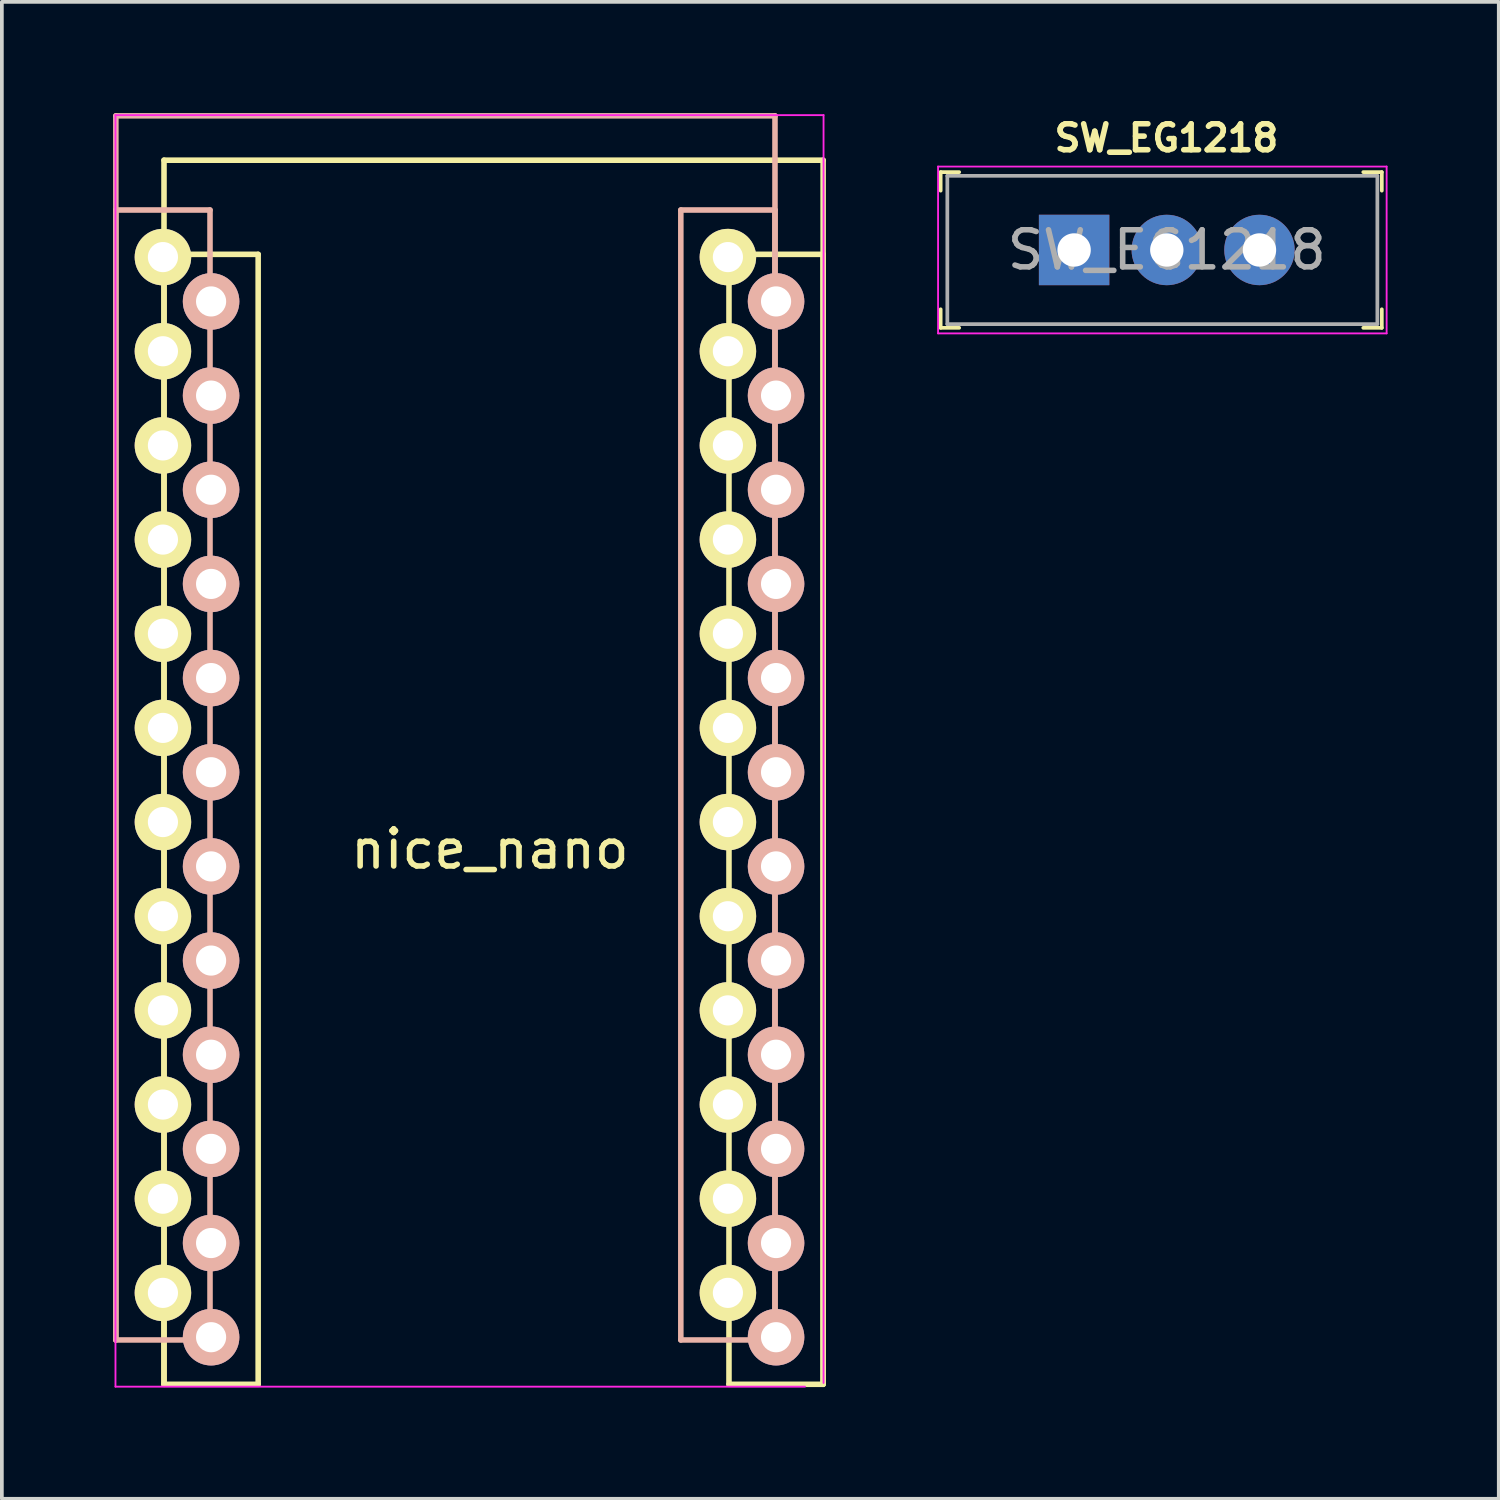
<source format=kicad_pcb>
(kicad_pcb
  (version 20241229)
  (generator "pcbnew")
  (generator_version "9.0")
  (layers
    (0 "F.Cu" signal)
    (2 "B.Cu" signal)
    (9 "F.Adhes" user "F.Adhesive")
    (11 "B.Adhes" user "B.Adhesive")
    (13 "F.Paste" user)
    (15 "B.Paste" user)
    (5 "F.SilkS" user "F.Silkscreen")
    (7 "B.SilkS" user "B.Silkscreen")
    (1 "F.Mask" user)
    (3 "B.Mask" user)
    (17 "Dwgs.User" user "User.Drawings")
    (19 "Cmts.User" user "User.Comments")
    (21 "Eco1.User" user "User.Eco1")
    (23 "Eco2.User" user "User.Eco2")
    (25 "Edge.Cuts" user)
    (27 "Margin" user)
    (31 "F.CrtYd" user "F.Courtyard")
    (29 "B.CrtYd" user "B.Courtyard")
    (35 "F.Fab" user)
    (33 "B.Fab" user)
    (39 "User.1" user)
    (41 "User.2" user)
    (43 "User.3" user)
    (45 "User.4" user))
  (footprint "SW_EG1218"
    (layer "F.Cu")
    (at 25.924 3.693)
    (property "Reference" "SW_EG1218" (at 2.49 -3.02 0) (layer "F.SilkS") (effects (font (size 0.7 0.7) (thickness 0.15))))
    (attr through_hole)
    (fp_line (start -3.6 -2.1) (end -3.6 -1.6) (stroke (width 0.1) (type solid)) (layer "F.SilkS"))
    (fp_line (start -3.6 -2.1) (end -3.1 -2.1) (stroke (width 0.1) (type solid)) (layer "F.SilkS"))
    (fp_line (start -3.6 2.1) (end -3.6 1.6) (stroke (width 0.1) (type solid)) (layer "F.SilkS"))
    (fp_line (start -3.6 2.1) (end -3.1 2.1) (stroke (width 0.1) (type solid)) (layer "F.SilkS"))
    (fp_line (start 8.3 -2.1) (end 7.8 -2.1) (stroke (width 0.1) (type solid)) (layer "F.SilkS"))
    (fp_line (start 8.3 -2.1) (end 8.3 -1.6) (stroke (width 0.1) (type solid)) (layer "F.SilkS"))
    (fp_line (start 8.3 2.1) (end 7.8 2.1) (stroke (width 0.1) (type solid)) (layer "F.SilkS"))
    (fp_line (start 8.3 2.1) (end 8.3 1.6) (stroke (width 0.1) (type solid)) (layer "F.SilkS"))
    (fp_line (start -3.67 -2.25) (end 8.43 -2.25) (stroke (width 0.05) (type solid)) (layer "F.CrtYd"))
    (fp_line (start -3.67 2.25) (end -3.67 -2.25) (stroke (width 0.05) (type solid)) (layer "F.CrtYd"))
    (fp_line (start -3.67 2.25) (end 8.43 2.25) (stroke (width 0.05) (type solid)) (layer "F.CrtYd"))
    (fp_line (start 8.43 2.25) (end 8.43 -2.25) (stroke (width 0.05) (type solid)) (layer "F.CrtYd"))
    (fp_line (start -3.42 -2) (end 8.18 -2) (stroke (width 0.1) (type solid)) (layer "F.Fab"))
    (fp_line (start -3.42 2) (end -3.42 -2) (stroke (width 0.1) (type solid)) (layer "F.Fab"))
    (fp_line (start -3.42 2) (end 8.18 2) (stroke (width 0.1) (type solid)) (layer "F.Fab"))
    (fp_line (start 8.18 2) (end 8.18 -2) (stroke (width 0.1) (type solid)) (layer "F.Fab"))
    (fp_text user "${REFERENCE}" (at 2.5 0 0) (layer "F.Fab") (effects (font (size 1 1) (thickness 0.15))))
    (pad "1" thru_hole rect (at 0 0) (size 1.9 1.9) (drill 0.9) (layers "*.Cu" "*.Mask"))
    (pad "2" thru_hole circle (at 2.5 0) (size 1.9 1.9) (drill 0.9) (layers "*.Cu" "*.Mask"))
    (pad "3" thru_hole circle (at 5 0) (size 1.9 1.9) (drill 0.9) (layers "*.Cu" "*.Mask")))
  (footprint "nice_nano"
    (layer "F.Cu")
    (at 10.165 18.655)
    (property "Reference" "nice_nano" (at 0 1.2 0) (layer "F.SilkS") (effects (font (size 1 1) (thickness 0.15))))
    (attr through_hole)
    (fp_line (start -8.791 -17.384) (end -8.791 15.636) (stroke (width 0.15) (type solid)) (layer "F.SilkS"))
    (fp_line (start -8.791 -14.844) (end -8.791 15.636) (stroke (width 0.15) (type solid)) (layer "F.SilkS"))
    (fp_line (start -8.791 15.636) (end -6.251 15.636) (stroke (width 0.15) (type solid)) (layer "F.SilkS"))
    (fp_line (start -6.251 -14.844) (end -8.791 -14.844) (stroke (width 0.15) (type solid)) (layer "F.SilkS"))
    (fp_line (start -6.251 15.636) (end -6.251 -14.844) (stroke (width 0.15) (type solid)) (layer "F.SilkS"))
    (fp_line (start 6.449 -14.844) (end 6.449 15.636) (stroke (width 0.15) (type solid)) (layer "F.SilkS"))
    (fp_line (start 6.449 15.636) (end 8.989 15.636) (stroke (width 0.15) (type solid)) (layer "F.SilkS"))
    (fp_line (start 8.989 -17.384) (end -8.791 -17.384) (stroke (width 0.15) (type solid)) (layer "F.SilkS"))
    (fp_line (start 8.989 -14.844) (end 6.449 -14.844) (stroke (width 0.15) (type solid)) (layer "F.SilkS"))
    (fp_line (start 8.989 15.636) (end 8.989 -17.384) (stroke (width 0.15) (type solid)) (layer "F.SilkS"))
    (fp_line (start 8.989 15.636) (end 8.989 -14.844) (stroke (width 0.15) (type solid)) (layer "F.SilkS"))
    (fp_line (start -10.09 -18.58) (end 7.69 -18.58) (stroke (width 0.15) (type solid)) (layer "B.SilkS"))
    (fp_line (start -10.09 -16.04) (end -7.55 -16.04) (stroke (width 0.15) (type solid)) (layer "B.SilkS"))
    (fp_line (start -10.09 14.44) (end -10.09 -18.58) (stroke (width 0.15) (type solid)) (layer "B.SilkS"))
    (fp_line (start -10.09 14.44) (end -10.09 -16.04) (stroke (width 0.15) (type solid)) (layer "B.SilkS"))
    (fp_line (start -7.55 -16.04) (end -7.55 14.44) (stroke (width 0.15) (type solid)) (layer "B.SilkS"))
    (fp_line (start -7.55 14.44) (end -10.09 14.44) (stroke (width 0.15) (type solid)) (layer "B.SilkS"))
    (fp_line (start 5.15 -16.04) (end 7.69 -16.04) (stroke (width 0.15) (type solid)) (layer "B.SilkS"))
    (fp_line (start 5.15 14.44) (end 5.15 -16.04) (stroke (width 0.15) (type solid)) (layer "B.SilkS"))
    (fp_line (start 7.69 -18.58) (end 7.69 14.44) (stroke (width 0.15) (type solid)) (layer "B.SilkS"))
    (fp_line (start 7.69 -16.04) (end 7.69 14.44) (stroke (width 0.15) (type solid)) (layer "B.SilkS"))
    (fp_line (start 7.69 14.44) (end 5.15 14.44) (stroke (width 0.15) (type solid)) (layer "B.SilkS"))
    (fp_line (start -10.1 -18.6) (end 9 -18.6) (stroke (width 0.05) (type solid)) (layer "F.CrtYd"))
    (fp_line (start -10.1 15.7) (end -10.1 -18.6) (stroke (width 0.05) (type solid)) (layer "F.CrtYd"))
    (fp_line (start 8.5 15.7) (end -10.1 15.7) (stroke (width 0.05) (type solid)) (layer "F.CrtYd"))
    (fp_line (start 9 -18.6) (end 9 15.6) (stroke (width 0.05) (type solid)) (layer "F.CrtYd"))
    (pad "1" thru_hole circle (at -8.82 -14.77) (size 1.524 1.524) (drill 0.813) (layers "*.Cu" "*.Mask" "F.SilkS"))
    (pad "1" thru_hole circle (at 7.719 -13.574 180) (size 1.524 1.524) (drill 0.813) (layers "*.Cu" "*.Mask" "B.SilkS"))
    (pad "2" thru_hole circle (at -8.82 -12.23) (size 1.524 1.524) (drill 0.813) (layers "*.Cu" "*.Mask" "F.SilkS"))
    (pad "2" thru_hole circle (at 7.719 -11.034 180) (size 1.524 1.524) (drill 0.813) (layers "*.Cu" "*.Mask" "B.SilkS"))
    (pad "3" thru_hole circle (at -8.82 -9.69) (size 1.524 1.524) (drill 0.813) (layers "*.Cu" "*.Mask" "F.SilkS"))
    (pad "3" thru_hole circle (at 7.719 -8.494 180) (size 1.524 1.524) (drill 0.813) (layers "*.Cu" "*.Mask" "B.SilkS"))
    (pad "4" thru_hole circle (at -8.82 -7.15) (size 1.524 1.524) (drill 0.813) (layers "*.Cu" "*.Mask" "F.SilkS"))
    (pad "4" thru_hole circle (at 7.719 -5.954 180) (size 1.524 1.524) (drill 0.813) (layers "*.Cu" "*.Mask" "B.SilkS"))
    (pad "5" thru_hole circle (at -8.82 -4.61) (size 1.524 1.524) (drill 0.813) (layers "*.Cu" "*.Mask" "F.SilkS"))
    (pad "5" thru_hole circle (at 7.719 -3.414 180) (size 1.524 1.524) (drill 0.813) (layers "*.Cu" "*.Mask" "B.SilkS"))
    (pad "6" thru_hole circle (at -8.82 -2.07) (size 1.524 1.524) (drill 0.813) (layers "*.Cu" "*.Mask" "F.SilkS"))
    (pad "6" thru_hole circle (at 7.719 -0.874 180) (size 1.524 1.524) (drill 0.813) (layers "*.Cu" "*.Mask" "B.SilkS"))
    (pad "7" thru_hole circle (at -8.82 0.47) (size 1.524 1.524) (drill 0.813) (layers "*.Cu" "*.Mask" "F.SilkS"))
    (pad "7" thru_hole circle (at 7.719 1.666 180) (size 1.524 1.524) (drill 0.813) (layers "*.Cu" "*.Mask" "B.SilkS"))
    (pad "8" thru_hole circle (at -8.82 3.01) (size 1.524 1.524) (drill 0.813) (layers "*.Cu" "*.Mask" "F.SilkS"))
    (pad "8" thru_hole circle (at 7.719 4.206 180) (size 1.524 1.524) (drill 0.813) (layers "*.Cu" "*.Mask" "B.SilkS"))
    (pad "9" thru_hole circle (at -8.82 5.55) (size 1.524 1.524) (drill 0.813) (layers "*.Cu" "*.Mask" "F.SilkS"))
    (pad "9" thru_hole circle (at 7.719 6.746 180) (size 1.524 1.524) (drill 0.813) (layers "*.Cu" "*.Mask" "B.SilkS"))
    (pad "10" thru_hole circle (at -8.82 8.09) (size 1.524 1.524) (drill 0.813) (layers "*.Cu" "*.Mask" "F.SilkS"))
    (pad "10" thru_hole circle (at 7.719 9.286 180) (size 1.524 1.524) (drill 0.813) (layers "*.Cu" "*.Mask" "B.SilkS"))
    (pad "11" thru_hole circle (at -8.82 10.63) (size 1.524 1.524) (drill 0.813) (layers "*.Cu" "*.Mask" "F.SilkS"))
    (pad "11" thru_hole circle (at 7.719 11.826 180) (size 1.524 1.524) (drill 0.813) (layers "*.Cu" "*.Mask" "B.SilkS"))
    (pad "12" thru_hole circle (at -8.82 13.17) (size 1.524 1.524) (drill 0.813) (layers "*.Cu" "*.Mask" "F.SilkS"))
    (pad "12" thru_hole circle (at 7.719 14.366 180) (size 1.524 1.524) (drill 0.813) (layers "*.Cu" "*.Mask" "B.SilkS"))
    (pad "13" thru_hole circle (at -7.521 14.366 180) (size 1.524 1.524) (drill 0.813) (layers "*.Cu" "*.Mask" "B.SilkS"))
    (pad "13" thru_hole circle (at 6.42 13.17) (size 1.524 1.524) (drill 0.813) (layers "*.Cu" "*.Mask" "F.SilkS"))
    (pad "14" thru_hole circle (at -7.521 11.826 180) (size 1.524 1.524) (drill 0.813) (layers "*.Cu" "*.Mask" "B.SilkS"))
    (pad "14" thru_hole circle (at 6.42 10.63) (size 1.524 1.524) (drill 0.813) (layers "*.Cu" "*.Mask" "F.SilkS"))
    (pad "15" thru_hole circle (at -7.521 9.286 180) (size 1.524 1.524) (drill 0.813) (layers "*.Cu" "*.Mask" "B.SilkS"))
    (pad "15" thru_hole circle (at 6.42 8.09) (size 1.524 1.524) (drill 0.813) (layers "*.Cu" "*.Mask" "F.SilkS"))
    (pad "16" thru_hole circle (at -7.521 6.746 180) (size 1.524 1.524) (drill 0.813) (layers "*.Cu" "*.Mask" "B.SilkS"))
    (pad "16" thru_hole circle (at 6.42 5.55) (size 1.524 1.524) (drill 0.813) (layers "*.Cu" "*.Mask" "F.SilkS"))
    (pad "17" thru_hole circle (at -7.521 4.206 180) (size 1.524 1.524) (drill 0.813) (layers "*.Cu" "*.Mask" "B.SilkS"))
    (pad "17" thru_hole circle (at 6.42 3.01) (size 1.524 1.524) (drill 0.813) (layers "*.Cu" "*.Mask" "F.SilkS"))
    (pad "18" thru_hole circle (at -7.521 1.666 180) (size 1.524 1.524) (drill 0.813) (layers "*.Cu" "*.Mask" "B.SilkS"))
    (pad "18" thru_hole circle (at 6.42 0.47) (size 1.524 1.524) (drill 0.813) (layers "*.Cu" "*.Mask" "F.SilkS"))
    (pad "19" thru_hole circle (at -7.521 -0.874 180) (size 1.524 1.524) (drill 0.813) (layers "*.Cu" "*.Mask" "B.SilkS"))
    (pad "19" thru_hole circle (at 6.42 -2.07) (size 1.524 1.524) (drill 0.813) (layers "*.Cu" "*.Mask" "F.SilkS"))
    (pad "20" thru_hole circle (at -7.521 -3.414 180) (size 1.524 1.524) (drill 0.813) (layers "*.Cu" "*.Mask" "B.SilkS"))
    (pad "20" thru_hole circle (at 6.42 -4.61) (size 1.524 1.524) (drill 0.813) (layers "*.Cu" "*.Mask" "F.SilkS"))
    (pad "21" thru_hole circle (at -7.521 -5.954 180) (size 1.524 1.524) (drill 0.813) (layers "*.Cu" "*.Mask" "B.SilkS"))
    (pad "21" thru_hole circle (at 6.42 -7.15) (size 1.524 1.524) (drill 0.813) (layers "*.Cu" "*.Mask" "F.SilkS"))
    (pad "22" thru_hole circle (at -7.521 -8.494 180) (size 1.524 1.524) (drill 0.813) (layers "*.Cu" "*.Mask" "B.SilkS"))
    (pad "22" thru_hole circle (at 6.42 -9.69) (size 1.524 1.524) (drill 0.813) (layers "*.Cu" "*.Mask" "F.SilkS"))
    (pad "23" thru_hole circle (at -7.521 -11.034 180) (size 1.524 1.524) (drill 0.813) (layers "*.Cu" "*.Mask" "B.SilkS"))
    (pad "23" thru_hole circle (at 6.42 -12.23) (size 1.524 1.524) (drill 0.813) (layers "*.Cu" "*.Mask" "F.SilkS"))
    (pad "24" thru_hole circle (at -7.521 -13.574 180) (size 1.524 1.524) (drill 0.813) (layers "*.Cu" "*.Mask" "B.SilkS"))
    (pad "24" thru_hole circle (at 6.42 -14.77) (size 1.524 1.524) (drill 0.813) (layers "*.Cu" "*.Mask" "F.SilkS")))
  (gr_rect
    (start -3 -3)
    (end 37.379 37.38)
    (stroke (width 0.1) (type default))
    (fill no)
    (layer "Edge.Cuts")))
</source>
